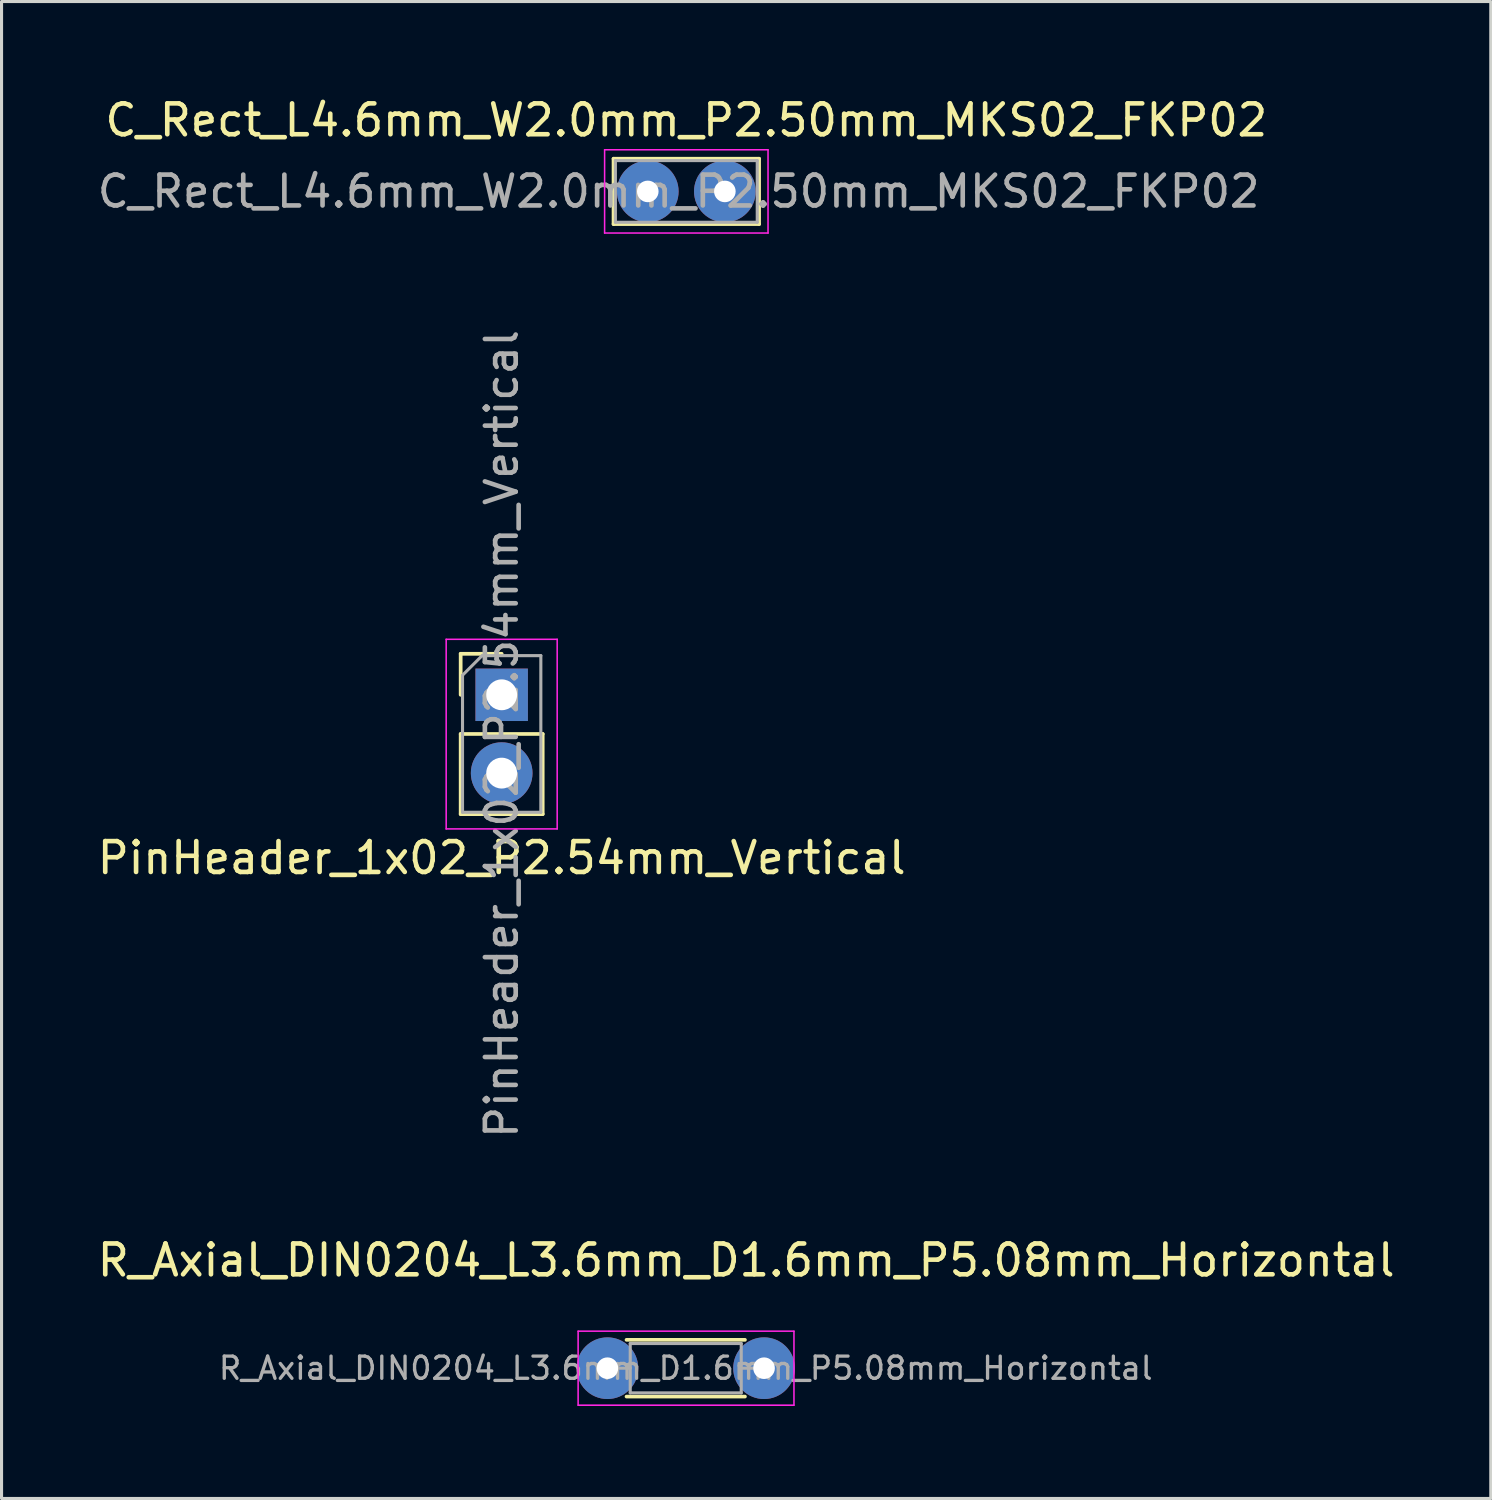
<source format=kicad_pcb>
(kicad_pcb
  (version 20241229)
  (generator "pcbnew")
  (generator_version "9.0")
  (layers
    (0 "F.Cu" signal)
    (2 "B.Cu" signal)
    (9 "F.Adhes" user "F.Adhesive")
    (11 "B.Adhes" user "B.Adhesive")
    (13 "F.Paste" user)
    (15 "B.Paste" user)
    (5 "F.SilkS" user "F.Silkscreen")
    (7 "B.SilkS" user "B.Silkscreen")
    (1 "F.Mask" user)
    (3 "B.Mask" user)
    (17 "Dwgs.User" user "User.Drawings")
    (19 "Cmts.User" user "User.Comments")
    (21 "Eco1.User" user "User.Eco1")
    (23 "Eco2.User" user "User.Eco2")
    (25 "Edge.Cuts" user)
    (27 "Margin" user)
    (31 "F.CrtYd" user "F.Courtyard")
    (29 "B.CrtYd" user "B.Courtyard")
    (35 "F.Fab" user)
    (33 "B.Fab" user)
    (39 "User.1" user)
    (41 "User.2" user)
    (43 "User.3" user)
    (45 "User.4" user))
  (footprint "R_Axial_DIN0204_L3.6mm_D1.6mm_P5.08mm_Horizontal"
    (layer "F.Cu")
    (at 16.649 41.322)
    (property "Reference" "R_Axial_DIN0204_L3.6mm_D1.6mm_P5.08mm_Horizontal" (at 4.5 -3.5 0) (layer "F.SilkS") (effects (font (size 1 1) (thickness 0.15))))
    (attr through_hole)
    (fp_line (start 0.62 -0.92) (end 4.46 -0.92) (stroke (width 0.12) (type solid)) (layer "F.SilkS"))
    (fp_line (start 0.62 0.92) (end 4.46 0.92) (stroke (width 0.12) (type solid)) (layer "F.SilkS"))
    (fp_line (start -0.95 -1.2) (end -0.95 1.2) (stroke (width 0.05) (type solid)) (layer "F.CrtYd"))
    (fp_line (start -0.95 1.2) (end 6.05 1.2) (stroke (width 0.05) (type solid)) (layer "F.CrtYd"))
    (fp_line (start 6.05 -1.2) (end -0.95 -1.2) (stroke (width 0.05) (type solid)) (layer "F.CrtYd"))
    (fp_line (start 6.05 1.2) (end 6.05 -1.2) (stroke (width 0.05) (type solid)) (layer "F.CrtYd"))
    (fp_line (start 0 0) (end 0.74 0) (stroke (width 0.1) (type solid)) (layer "F.Fab"))
    (fp_line (start 0.74 -0.8) (end 0.74 0.8) (stroke (width 0.1) (type solid)) (layer "F.Fab"))
    (fp_line (start 0.74 0.8) (end 4.34 0.8) (stroke (width 0.1) (type solid)) (layer "F.Fab"))
    (fp_line (start 4.34 -0.8) (end 0.74 -0.8) (stroke (width 0.1) (type solid)) (layer "F.Fab"))
    (fp_line (start 4.34 0.8) (end 4.34 -0.8) (stroke (width 0.1) (type solid)) (layer "F.Fab"))
    (fp_line (start 5.08 0) (end 4.34 0) (stroke (width 0.1) (type solid)) (layer "F.Fab"))
    (fp_text user "${REFERENCE}" (at 2.54 0 0) (layer "F.Fab") (effects (font (size 0.72 0.72) (thickness 0.108))))
    (pad "1" thru_hole circle (at 0 0) (size 2 2) (drill 0.7) (layers "*.Cu" "*.Mask"))
    (pad "2" thru_hole circle (at 5.08 0) (size 2 2) (drill 0.7) (layers "*.Cu" "*.Mask")))
  (footprint "PinHeader_1x02_P2.54mm_Vertical"
    (layer "F.Cu")
    (at 13.22 19.483)
    (property "Reference" "PinHeader_1x02_P2.54mm_Vertical" (at 0 5.29 0) (layer "F.SilkS") (effects (font (size 1 1) (thickness 0.15))))
    (attr through_hole)
    (fp_line (start -1.33 -1.33) (end 0 -1.33) (stroke (width 0.12) (type solid)) (layer "F.SilkS"))
    (fp_line (start -1.33 0) (end -1.33 -1.33) (stroke (width 0.12) (type solid)) (layer "F.SilkS"))
    (fp_line (start -1.33 1.27) (end -1.33 3.87) (stroke (width 0.12) (type solid)) (layer "F.SilkS"))
    (fp_line (start -1.33 1.27) (end 1.33 1.27) (stroke (width 0.12) (type solid)) (layer "F.SilkS"))
    (fp_line (start -1.33 3.87) (end 1.33 3.87) (stroke (width 0.12) (type solid)) (layer "F.SilkS"))
    (fp_line (start 1.33 1.27) (end 1.33 3.87) (stroke (width 0.12) (type solid)) (layer "F.SilkS"))
    (fp_line (start -1.8 -1.8) (end -1.8 4.35) (stroke (width 0.05) (type solid)) (layer "F.CrtYd"))
    (fp_line (start -1.8 4.35) (end 1.8 4.35) (stroke (width 0.05) (type solid)) (layer "F.CrtYd"))
    (fp_line (start 1.8 -1.8) (end -1.8 -1.8) (stroke (width 0.05) (type solid)) (layer "F.CrtYd"))
    (fp_line (start 1.8 4.35) (end 1.8 -1.8) (stroke (width 0.05) (type solid)) (layer "F.CrtYd"))
    (fp_line (start -1.27 -0.635) (end -0.635 -1.27) (stroke (width 0.1) (type solid)) (layer "F.Fab"))
    (fp_line (start -1.27 3.81) (end -1.27 -0.635) (stroke (width 0.1) (type solid)) (layer "F.Fab"))
    (fp_line (start -0.635 -1.27) (end 1.27 -1.27) (stroke (width 0.1) (type solid)) (layer "F.Fab"))
    (fp_line (start 1.27 -1.27) (end 1.27 3.81) (stroke (width 0.1) (type solid)) (layer "F.Fab"))
    (fp_line (start 1.27 3.81) (end -1.27 3.81) (stroke (width 0.1) (type solid)) (layer "F.Fab"))
    (fp_text user "${REFERENCE}" (at 0 1.27 90) (layer "F.Fab") (effects (font (size 1 1) (thickness 0.15))))
    (pad "1" thru_hole rect (at 0 0) (size 1.7 1.7) (drill 1) (layers "*.Cu" "*.Mask"))
    (pad "2" thru_hole circle (at 0 2.54) (size 2 2) (drill 1) (layers "*.Cu" "*.Mask")))
  (footprint "C_Rect_L4.6mm_W2.0mm_P2.50mm_MKS02_FKP02"
    (layer "F.Cu")
    (at 17.958 3.158)
    (property "Reference" "C_Rect_L4.6mm_W2.0mm_P2.50mm_MKS02_FKP02" (at 1.25 -2.31 0) (layer "F.SilkS") (effects (font (size 1 1) (thickness 0.15))))
    (attr through_hole)
    (fp_line (start -1.11 -1.06) (end -1.11 1.06) (stroke (width 0.12) (type solid)) (layer "F.SilkS"))
    (fp_line (start -1.11 -1.06) (end 3.61 -1.06) (stroke (width 0.12) (type solid)) (layer "F.SilkS"))
    (fp_line (start -1.11 1.06) (end 3.61 1.06) (stroke (width 0.12) (type solid)) (layer "F.SilkS"))
    (fp_line (start 3.61 -1.06) (end 3.61 1.06) (stroke (width 0.12) (type solid)) (layer "F.SilkS"))
    (fp_line (start -1.4 -1.35) (end -1.4 1.35) (stroke (width 0.05) (type solid)) (layer "F.CrtYd"))
    (fp_line (start -1.4 1.35) (end 3.9 1.35) (stroke (width 0.05) (type solid)) (layer "F.CrtYd"))
    (fp_line (start 3.9 -1.35) (end -1.4 -1.35) (stroke (width 0.05) (type solid)) (layer "F.CrtYd"))
    (fp_line (start 3.9 1.35) (end 3.9 -1.35) (stroke (width 0.05) (type solid)) (layer "F.CrtYd"))
    (fp_line (start -1.05 -1) (end -1.05 1) (stroke (width 0.1) (type solid)) (layer "F.Fab"))
    (fp_line (start -1.05 1) (end 3.55 1) (stroke (width 0.1) (type solid)) (layer "F.Fab"))
    (fp_line (start 3.55 -1) (end -1.05 -1) (stroke (width 0.1) (type solid)) (layer "F.Fab"))
    (fp_line (start 3.55 1) (end 3.55 -1) (stroke (width 0.1) (type solid)) (layer "F.Fab"))
    (fp_text user "${REFERENCE}" (at 1 0 0) (layer "F.Fab") (effects (font (size 1 1) (thickness 0.15))))
    (pad "1" thru_hole circle (at 0 0) (size 2 2) (drill 0.7) (layers "*.Cu" "*.Mask"))
    (pad "2" thru_hole circle (at 2.5 0) (size 2 2) (drill 0.7) (layers "*.Cu" "*.Mask")))
  (gr_rect
    (start -3 -3)
    (end 45.298 45.547)
    (stroke (width 0.1) (type default))
    (fill no)
    (layer "Edge.Cuts")))
</source>
